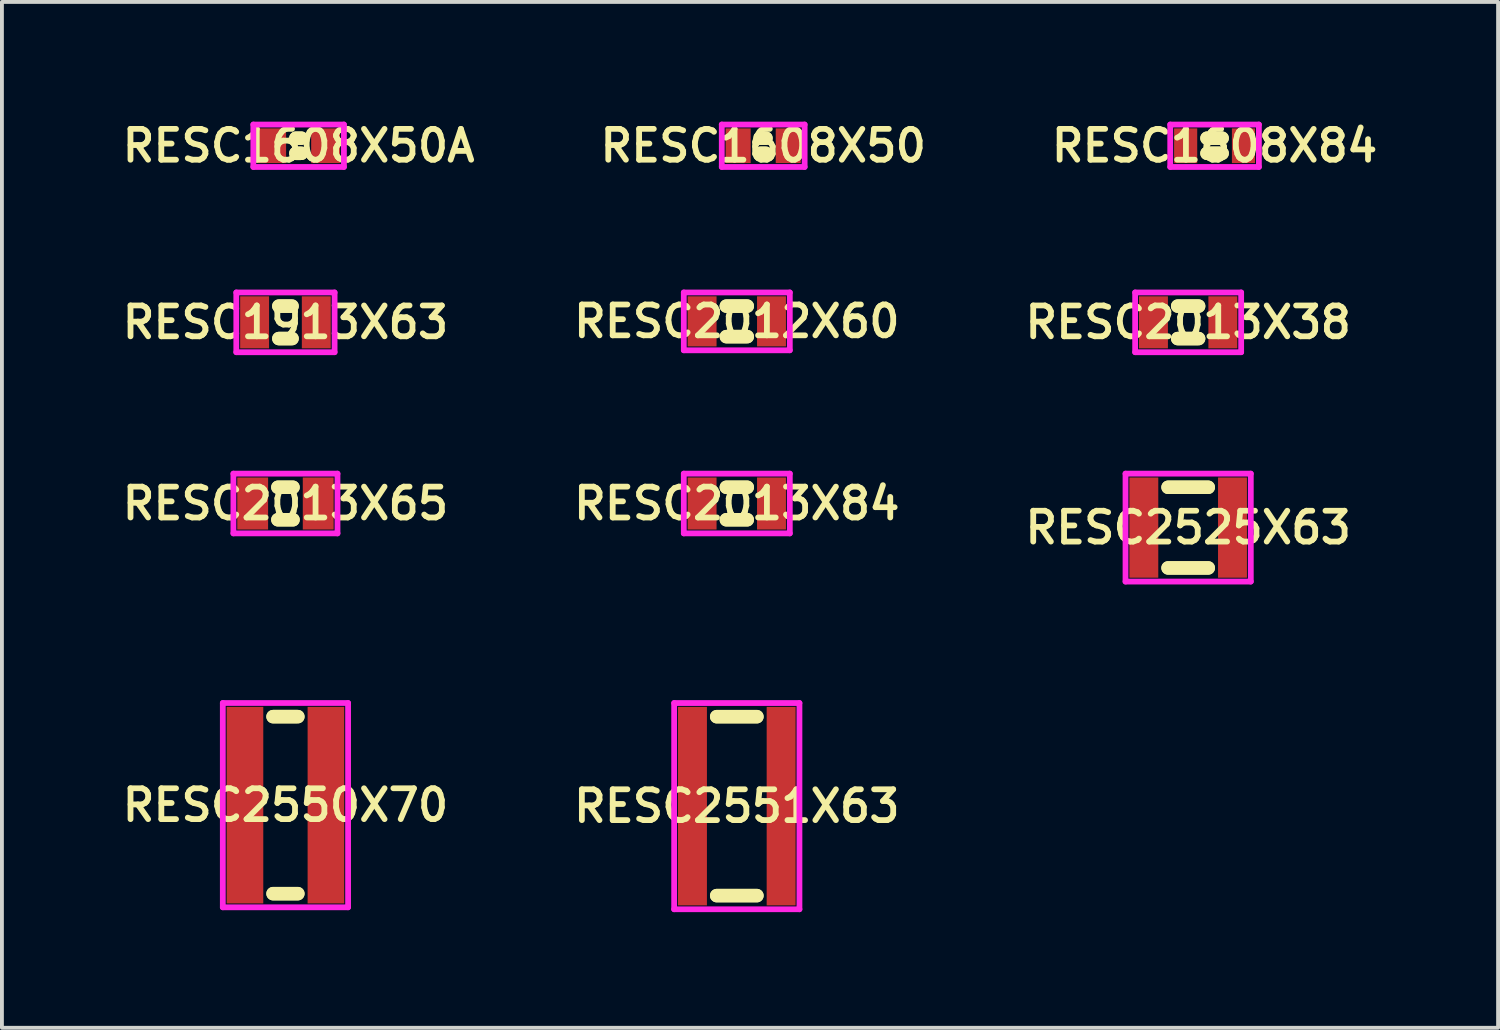
<source format=kicad_pcb>
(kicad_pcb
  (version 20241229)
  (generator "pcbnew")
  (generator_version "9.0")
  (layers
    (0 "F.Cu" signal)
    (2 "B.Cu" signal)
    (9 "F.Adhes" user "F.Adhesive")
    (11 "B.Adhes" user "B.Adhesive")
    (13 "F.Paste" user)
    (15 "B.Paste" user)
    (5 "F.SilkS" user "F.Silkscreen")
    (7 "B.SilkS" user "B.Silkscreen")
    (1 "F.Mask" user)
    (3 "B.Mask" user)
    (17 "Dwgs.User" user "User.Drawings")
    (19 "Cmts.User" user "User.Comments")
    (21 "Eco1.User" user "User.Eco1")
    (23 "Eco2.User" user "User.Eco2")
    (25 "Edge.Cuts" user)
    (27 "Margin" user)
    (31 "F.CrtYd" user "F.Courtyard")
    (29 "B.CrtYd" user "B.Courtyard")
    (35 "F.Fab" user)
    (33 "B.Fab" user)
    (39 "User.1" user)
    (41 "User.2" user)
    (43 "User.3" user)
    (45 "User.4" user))
  (footprint "RESC1608X84"
    (layer "F.Cu")
    (at 28.458 0.731)
    (property "Reference" "RESC1608X84" (at 0 0 0) (layer "F.SilkS") (effects (font (size 0.8 0.8) (thickness 0.15))))
    (attr smd)
    (fp_line (start -0.196 -0.196) (end 0.196 -0.196) (stroke (width 0.35) (type solid)) (layer "F.SilkS"))
    (fp_line (start -0.196 0.196) (end 0.196 0.196) (stroke (width 0.35) (type solid)) (layer "F.SilkS"))
    (fp_line (start 0.196 -0.196) (end -0.196 -0.196) (stroke (width 0.35) (type solid)) (layer "F.SilkS"))
    (fp_line (start 0.196 0.196) (end -0.196 0.196) (stroke (width 0.35) (type solid)) (layer "F.SilkS"))
    (fp_line (start -1.15 -0.55) (end 1.15 -0.55) (stroke (width 0.15) (type solid)) (layer "F.CrtYd"))
    (fp_line (start -1.15 0.55) (end -1.15 -0.55) (stroke (width 0.15) (type solid)) (layer "F.CrtYd"))
    (fp_line (start 1.15 -0.55) (end 1.15 0.55) (stroke (width 0.15) (type solid)) (layer "F.CrtYd"))
    (fp_line (start 1.15 0.55) (end -1.15 0.55) (stroke (width 0.15) (type solid)) (layer "F.CrtYd"))
    (pad "1" smd rect (at -0.75 0) (size 0.6 0.9) (layers "F.Cu" "F.Mask" "F.Paste"))
    (pad "2" smd rect (at 0.75 0) (size 0.6 0.9) (layers "F.Cu" "F.Mask" "F.Paste")))
  (footprint "RESC2525X63"
    (layer "F.Cu")
    (at 27.773 10.637)
    (property "Reference" "RESC2525X63" (at 0 0 0) (layer "F.SilkS") (effects (font (size 0.8 0.8) (thickness 0.15))))
    (attr smd)
    (fp_line (start -0.521 -1.046) (end 0.521 -1.046) (stroke (width 0.35) (type solid)) (layer "F.SilkS"))
    (fp_line (start -0.521 1.046) (end 0.521 1.046) (stroke (width 0.35) (type solid)) (layer "F.SilkS"))
    (fp_line (start 0.521 -1.046) (end -0.521 -1.046) (stroke (width 0.35) (type solid)) (layer "F.SilkS"))
    (fp_line (start 0.521 1.046) (end -0.521 1.046) (stroke (width 0.35) (type solid)) (layer "F.SilkS"))
    (fp_line (start -1.625 -1.4) (end 1.625 -1.4) (stroke (width 0.15) (type solid)) (layer "F.CrtYd"))
    (fp_line (start -1.625 1.4) (end -1.625 -1.4) (stroke (width 0.15) (type solid)) (layer "F.CrtYd"))
    (fp_line (start 1.625 -1.4) (end 1.625 1.4) (stroke (width 0.15) (type solid)) (layer "F.CrtYd"))
    (fp_line (start 1.625 1.4) (end -1.625 1.4) (stroke (width 0.15) (type solid)) (layer "F.CrtYd"))
    (pad "1" smd rect (at -1.15 0) (size 0.75 2.6) (layers "F.Cu" "F.Mask" "F.Paste"))
    (pad "2" smd rect (at 1.15 0) (size 0.75 2.6) (layers "F.Cu" "F.Mask" "F.Paste")))
  (footprint "RESC2013X65"
    (layer "F.Cu")
    (at 4.355 10.012)
    (property "Reference" "RESC2013X65" (at 0 0 0) (layer "F.SilkS") (effects (font (size 0.8 0.8) (thickness 0.15))))
    (attr through_hole)
    (fp_line (start -0.196 -0.421) (end 0.196 -0.421) (stroke (width 0.35) (type solid)) (layer "F.SilkS"))
    (fp_line (start -0.196 0.421) (end 0.196 0.421) (stroke (width 0.35) (type solid)) (layer "F.SilkS"))
    (fp_line (start 0.196 -0.421) (end -0.196 -0.421) (stroke (width 0.35) (type solid)) (layer "F.SilkS"))
    (fp_line (start 0.196 0.421) (end -0.196 0.421) (stroke (width 0.35) (type solid)) (layer "F.SilkS"))
    (fp_line (start -1.35 -0.775) (end 1.35 -0.775) (stroke (width 0.15) (type solid)) (layer "F.CrtYd"))
    (fp_line (start -1.35 0.775) (end -1.35 -0.775) (stroke (width 0.15) (type solid)) (layer "F.CrtYd"))
    (fp_line (start 1.35 -0.775) (end 1.35 0.775) (stroke (width 0.15) (type solid)) (layer "F.CrtYd"))
    (fp_line (start 1.35 0.775) (end -1.35 0.775) (stroke (width 0.15) (type solid)) (layer "F.CrtYd"))
    (pad "1" smd rect (at -0.85 0) (size 0.8 1.35) (layers "F.Cu" "F.Mask" "F.Paste"))
    (pad "2" smd rect (at 0.85 0) (size 0.8 1.35) (layers "F.Cu" "F.Mask" "F.Paste")))
  (footprint "RESC1608X50"
    (layer "F.Cu")
    (at 16.749 0.731)
    (property "Reference" "RESC1608X50" (at 0 0 0) (layer "F.SilkS") (effects (font (size 0.8 0.8) (thickness 0.15))))
    (attr through_hole)
    (fp_line (start -0.071 -0.196) (end 0.071 -0.196) (stroke (width 0.35) (type solid)) (layer "F.SilkS"))
    (fp_line (start -0.071 0.196) (end 0.071 0.196) (stroke (width 0.35) (type solid)) (layer "F.SilkS"))
    (fp_line (start 0.071 -0.196) (end -0.071 -0.196) (stroke (width 0.35) (type solid)) (layer "F.SilkS"))
    (fp_line (start 0.071 0.196) (end -0.071 0.196) (stroke (width 0.35) (type solid)) (layer "F.SilkS"))
    (fp_line (start -1.075 -0.55) (end 1.075 -0.55) (stroke (width 0.15) (type solid)) (layer "F.CrtYd"))
    (fp_line (start -1.075 0.55) (end -1.075 -0.55) (stroke (width 0.15) (type solid)) (layer "F.CrtYd"))
    (fp_line (start 1.075 -0.55) (end 1.075 0.55) (stroke (width 0.15) (type solid)) (layer "F.CrtYd"))
    (fp_line (start 1.075 0.55) (end -1.075 0.55) (stroke (width 0.15) (type solid)) (layer "F.CrtYd"))
    (pad "1" smd rect (at -0.65 0) (size 0.65 0.9) (layers "F.Cu" "F.Mask" "F.Paste"))
    (pad "2" smd rect (at 0.65 0) (size 0.65 0.9) (layers "F.Cu" "F.Mask" "F.Paste")))
  (footprint "RESC2550X70"
    (layer "F.Cu")
    (at 4.355 17.837)
    (property "Reference" "RESC2550X70" (at 0 0 0) (layer "F.SilkS") (effects (font (size 0.8 0.8) (thickness 0.15))))
    (attr smd)
    (fp_line (start -0.321 -2.296) (end 0.321 -2.296) (stroke (width 0.35) (type solid)) (layer "F.SilkS"))
    (fp_line (start -0.321 2.296) (end 0.321 2.296) (stroke (width 0.35) (type solid)) (layer "F.SilkS"))
    (fp_line (start 0.321 -2.296) (end -0.321 -2.296) (stroke (width 0.35) (type solid)) (layer "F.SilkS"))
    (fp_line (start 0.321 2.296) (end -0.321 2.296) (stroke (width 0.35) (type solid)) (layer "F.SilkS"))
    (fp_line (start -1.625 -2.65) (end 1.625 -2.65) (stroke (width 0.15) (type solid)) (layer "F.CrtYd"))
    (fp_line (start -1.625 2.65) (end -1.625 -2.65) (stroke (width 0.15) (type solid)) (layer "F.CrtYd"))
    (fp_line (start 1.625 -2.65) (end 1.625 2.65) (stroke (width 0.15) (type solid)) (layer "F.CrtYd"))
    (fp_line (start 1.625 2.65) (end -1.625 2.65) (stroke (width 0.15) (type solid)) (layer "F.CrtYd"))
    (pad "1" smd rect (at -1.05 0) (size 0.95 5.1) (layers "F.Cu" "F.Mask" "F.Paste"))
    (pad "2" smd rect (at 1.05 0) (size 0.95 5.1) (layers "F.Cu" "F.Mask" "F.Paste")))
  (footprint "RESC1608X50A"
    (layer "F.Cu")
    (at 4.697 0.731)
    (property "Reference" "RESC1608X50A" (at 0 0 0) (layer "F.SilkS") (effects (font (size 0.8 0.8) (thickness 0.15))))
    (attr smd)
    (fp_line (start -0.071 -0.196) (end 0.071 -0.196) (stroke (width 0.35) (type solid)) (layer "F.SilkS"))
    (fp_line (start -0.071 0.196) (end 0.071 0.196) (stroke (width 0.35) (type solid)) (layer "F.SilkS"))
    (fp_line (start 0.071 -0.196) (end -0.071 -0.196) (stroke (width 0.35) (type solid)) (layer "F.SilkS"))
    (fp_line (start 0.071 0.196) (end -0.071 0.196) (stroke (width 0.35) (type solid)) (layer "F.SilkS"))
    (fp_line (start -1.175 -0.55) (end 1.175 -0.55) (stroke (width 0.15) (type solid)) (layer "F.CrtYd"))
    (fp_line (start -1.175 0.55) (end -1.175 -0.55) (stroke (width 0.15) (type solid)) (layer "F.CrtYd"))
    (fp_line (start 1.175 -0.55) (end 1.175 0.55) (stroke (width 0.15) (type solid)) (layer "F.CrtYd"))
    (fp_line (start 1.175 0.55) (end -1.175 0.55) (stroke (width 0.15) (type solid)) (layer "F.CrtYd"))
    (pad "1" smd rect (at -0.7 0) (size 0.75 0.9) (layers "F.Cu" "F.Mask" "F.Paste"))
    (pad "2" smd rect (at 0.7 0) (size 0.75 0.9) (layers "F.Cu" "F.Mask" "F.Paste")))
  (footprint "RESC2551X63"
    (layer "F.Cu")
    (at 16.064 17.863)
    (property "Reference" "RESC2551X63" (at 0 0 0) (layer "F.SilkS") (effects (font (size 0.8 0.8) (thickness 0.15))))
    (attr smd)
    (fp_line (start -0.521 -2.321) (end 0.521 -2.321) (stroke (width 0.35) (type solid)) (layer "F.SilkS"))
    (fp_line (start -0.521 2.321) (end 0.521 2.321) (stroke (width 0.35) (type solid)) (layer "F.SilkS"))
    (fp_line (start 0.521 -2.321) (end -0.521 -2.321) (stroke (width 0.35) (type solid)) (layer "F.SilkS"))
    (fp_line (start 0.521 2.321) (end -0.521 2.321) (stroke (width 0.35) (type solid)) (layer "F.SilkS"))
    (fp_line (start -1.625 -2.675) (end 1.625 -2.675) (stroke (width 0.15) (type solid)) (layer "F.CrtYd"))
    (fp_line (start -1.625 2.675) (end -1.625 -2.675) (stroke (width 0.15) (type solid)) (layer "F.CrtYd"))
    (fp_line (start 1.625 -2.675) (end 1.625 2.675) (stroke (width 0.15) (type solid)) (layer "F.CrtYd"))
    (fp_line (start 1.625 2.675) (end -1.625 2.675) (stroke (width 0.15) (type solid)) (layer "F.CrtYd"))
    (pad "1" smd rect (at -1.15 0) (size 0.75 5.15) (layers "F.Cu" "F.Mask" "F.Paste"))
    (pad "2" smd rect (at 1.15 0) (size 0.75 5.15) (layers "F.Cu" "F.Mask" "F.Paste")))
  (footprint "RESC2013X38"
    (layer "F.Cu")
    (at 27.773 5.312)
    (property "Reference" "RESC2013X38" (at 0 0 0) (layer "F.SilkS") (effects (font (size 0.8 0.8) (thickness 0.15))))
    (attr smd)
    (fp_line (start -0.271 -0.421) (end 0.271 -0.421) (stroke (width 0.35) (type solid)) (layer "F.SilkS"))
    (fp_line (start -0.271 0.421) (end 0.271 0.421) (stroke (width 0.35) (type solid)) (layer "F.SilkS"))
    (fp_line (start 0.271 -0.421) (end -0.271 -0.421) (stroke (width 0.35) (type solid)) (layer "F.SilkS"))
    (fp_line (start 0.271 0.421) (end -0.271 0.421) (stroke (width 0.35) (type solid)) (layer "F.SilkS"))
    (fp_line (start -1.375 -0.775) (end 1.375 -0.775) (stroke (width 0.15) (type solid)) (layer "F.CrtYd"))
    (fp_line (start -1.375 0.775) (end -1.375 -0.775) (stroke (width 0.15) (type solid)) (layer "F.CrtYd"))
    (fp_line (start 1.375 -0.775) (end 1.375 0.775) (stroke (width 0.15) (type solid)) (layer "F.CrtYd"))
    (fp_line (start 1.375 0.775) (end -1.375 0.775) (stroke (width 0.15) (type solid)) (layer "F.CrtYd"))
    (pad "1" smd rect (at -0.9 0) (size 0.75 1.35) (layers "F.Cu" "F.Mask" "F.Paste"))
    (pad "2" smd rect (at 0.9 0) (size 0.75 1.35) (layers "F.Cu" "F.Mask" "F.Paste")))
  (footprint "RESC2013X84"
    (layer "F.Cu")
    (at 16.064 10.012)
    (property "Reference" "RESC2013X84" (at 0 0 0) (layer "F.SilkS") (effects (font (size 0.8 0.8) (thickness 0.15))))
    (attr smd)
    (fp_line (start -0.271 -0.421) (end 0.271 -0.421) (stroke (width 0.35) (type solid)) (layer "F.SilkS"))
    (fp_line (start -0.271 0.421) (end 0.271 0.421) (stroke (width 0.35) (type solid)) (layer "F.SilkS"))
    (fp_line (start 0.271 -0.421) (end -0.271 -0.421) (stroke (width 0.35) (type solid)) (layer "F.SilkS"))
    (fp_line (start 0.271 0.421) (end -0.271 0.421) (stroke (width 0.35) (type solid)) (layer "F.SilkS"))
    (fp_line (start -1.375 -0.775) (end 1.375 -0.775) (stroke (width 0.15) (type solid)) (layer "F.CrtYd"))
    (fp_line (start -1.375 0.775) (end -1.375 -0.775) (stroke (width 0.15) (type solid)) (layer "F.CrtYd"))
    (fp_line (start 1.375 -0.775) (end 1.375 0.775) (stroke (width 0.15) (type solid)) (layer "F.CrtYd"))
    (fp_line (start 1.375 0.775) (end -1.375 0.775) (stroke (width 0.15) (type solid)) (layer "F.CrtYd"))
    (pad "1" smd rect (at -0.9 0) (size 0.75 1.35) (layers "F.Cu" "F.Mask" "F.Paste"))
    (pad "2" smd rect (at 0.9 0) (size 0.75 1.35) (layers "F.Cu" "F.Mask" "F.Paste")))
  (footprint "RESC2012X60"
    (layer "F.Cu")
    (at 16.064 5.287)
    (property "Reference" "RESC2012X60" (at 0 0 0) (layer "F.SilkS") (effects (font (size 0.8 0.8) (thickness 0.15))))
    (attr smd)
    (fp_line (start -0.271 -0.396) (end 0.271 -0.396) (stroke (width 0.35) (type solid)) (layer "F.SilkS"))
    (fp_line (start -0.271 0.396) (end 0.271 0.396) (stroke (width 0.35) (type solid)) (layer "F.SilkS"))
    (fp_line (start 0.271 -0.396) (end -0.271 -0.396) (stroke (width 0.35) (type solid)) (layer "F.SilkS"))
    (fp_line (start 0.271 0.396) (end -0.271 0.396) (stroke (width 0.35) (type solid)) (layer "F.SilkS"))
    (fp_line (start -1.375 -0.75) (end 1.375 -0.75) (stroke (width 0.15) (type solid)) (layer "F.CrtYd"))
    (fp_line (start -1.375 0.75) (end -1.375 -0.75) (stroke (width 0.15) (type solid)) (layer "F.CrtYd"))
    (fp_line (start 1.375 -0.75) (end 1.375 0.75) (stroke (width 0.15) (type solid)) (layer "F.CrtYd"))
    (fp_line (start 1.375 0.75) (end -1.375 0.75) (stroke (width 0.15) (type solid)) (layer "F.CrtYd"))
    (pad "1" smd rect (at -0.9 0) (size 0.75 1.3) (layers "F.Cu" "F.Mask" "F.Paste"))
    (pad "2" smd rect (at 0.9 0) (size 0.75 1.3) (layers "F.Cu" "F.Mask" "F.Paste")))
  (footprint "RESC1913X63"
    (layer "F.Cu")
    (at 4.355 5.312)
    (property "Reference" "RESC1913X63" (at 0 0 0) (layer "F.SilkS") (effects (font (size 0.8 0.8) (thickness 0.15))))
    (attr through_hole)
    (fp_line (start -0.171 -0.421) (end 0.171 -0.421) (stroke (width 0.35) (type solid)) (layer "F.SilkS"))
    (fp_line (start -0.171 0.421) (end 0.171 0.421) (stroke (width 0.35) (type solid)) (layer "F.SilkS"))
    (fp_line (start 0.171 -0.421) (end -0.171 -0.421) (stroke (width 0.35) (type solid)) (layer "F.SilkS"))
    (fp_line (start 0.171 0.421) (end -0.171 0.421) (stroke (width 0.35) (type solid)) (layer "F.SilkS"))
    (fp_line (start -1.275 -0.775) (end 1.275 -0.775) (stroke (width 0.15) (type solid)) (layer "F.CrtYd"))
    (fp_line (start -1.275 0.775) (end -1.275 -0.775) (stroke (width 0.15) (type solid)) (layer "F.CrtYd"))
    (fp_line (start 1.275 -0.775) (end 1.275 0.775) (stroke (width 0.15) (type solid)) (layer "F.CrtYd"))
    (fp_line (start 1.275 0.775) (end -1.275 0.775) (stroke (width 0.15) (type solid)) (layer "F.CrtYd"))
    (pad "1" smd rect (at -0.8 0) (size 0.75 1.35) (layers "F.Cu" "F.Mask" "F.Paste"))
    (pad "2" smd rect (at 0.8 0) (size 0.75 1.35) (layers "F.Cu" "F.Mask" "F.Paste")))
  (gr_rect
    (start -3 -3)
    (end 35.813 23.613)
    (stroke (width 0.1) (type default))
    (fill no)
    (layer "Edge.Cuts")))
</source>
